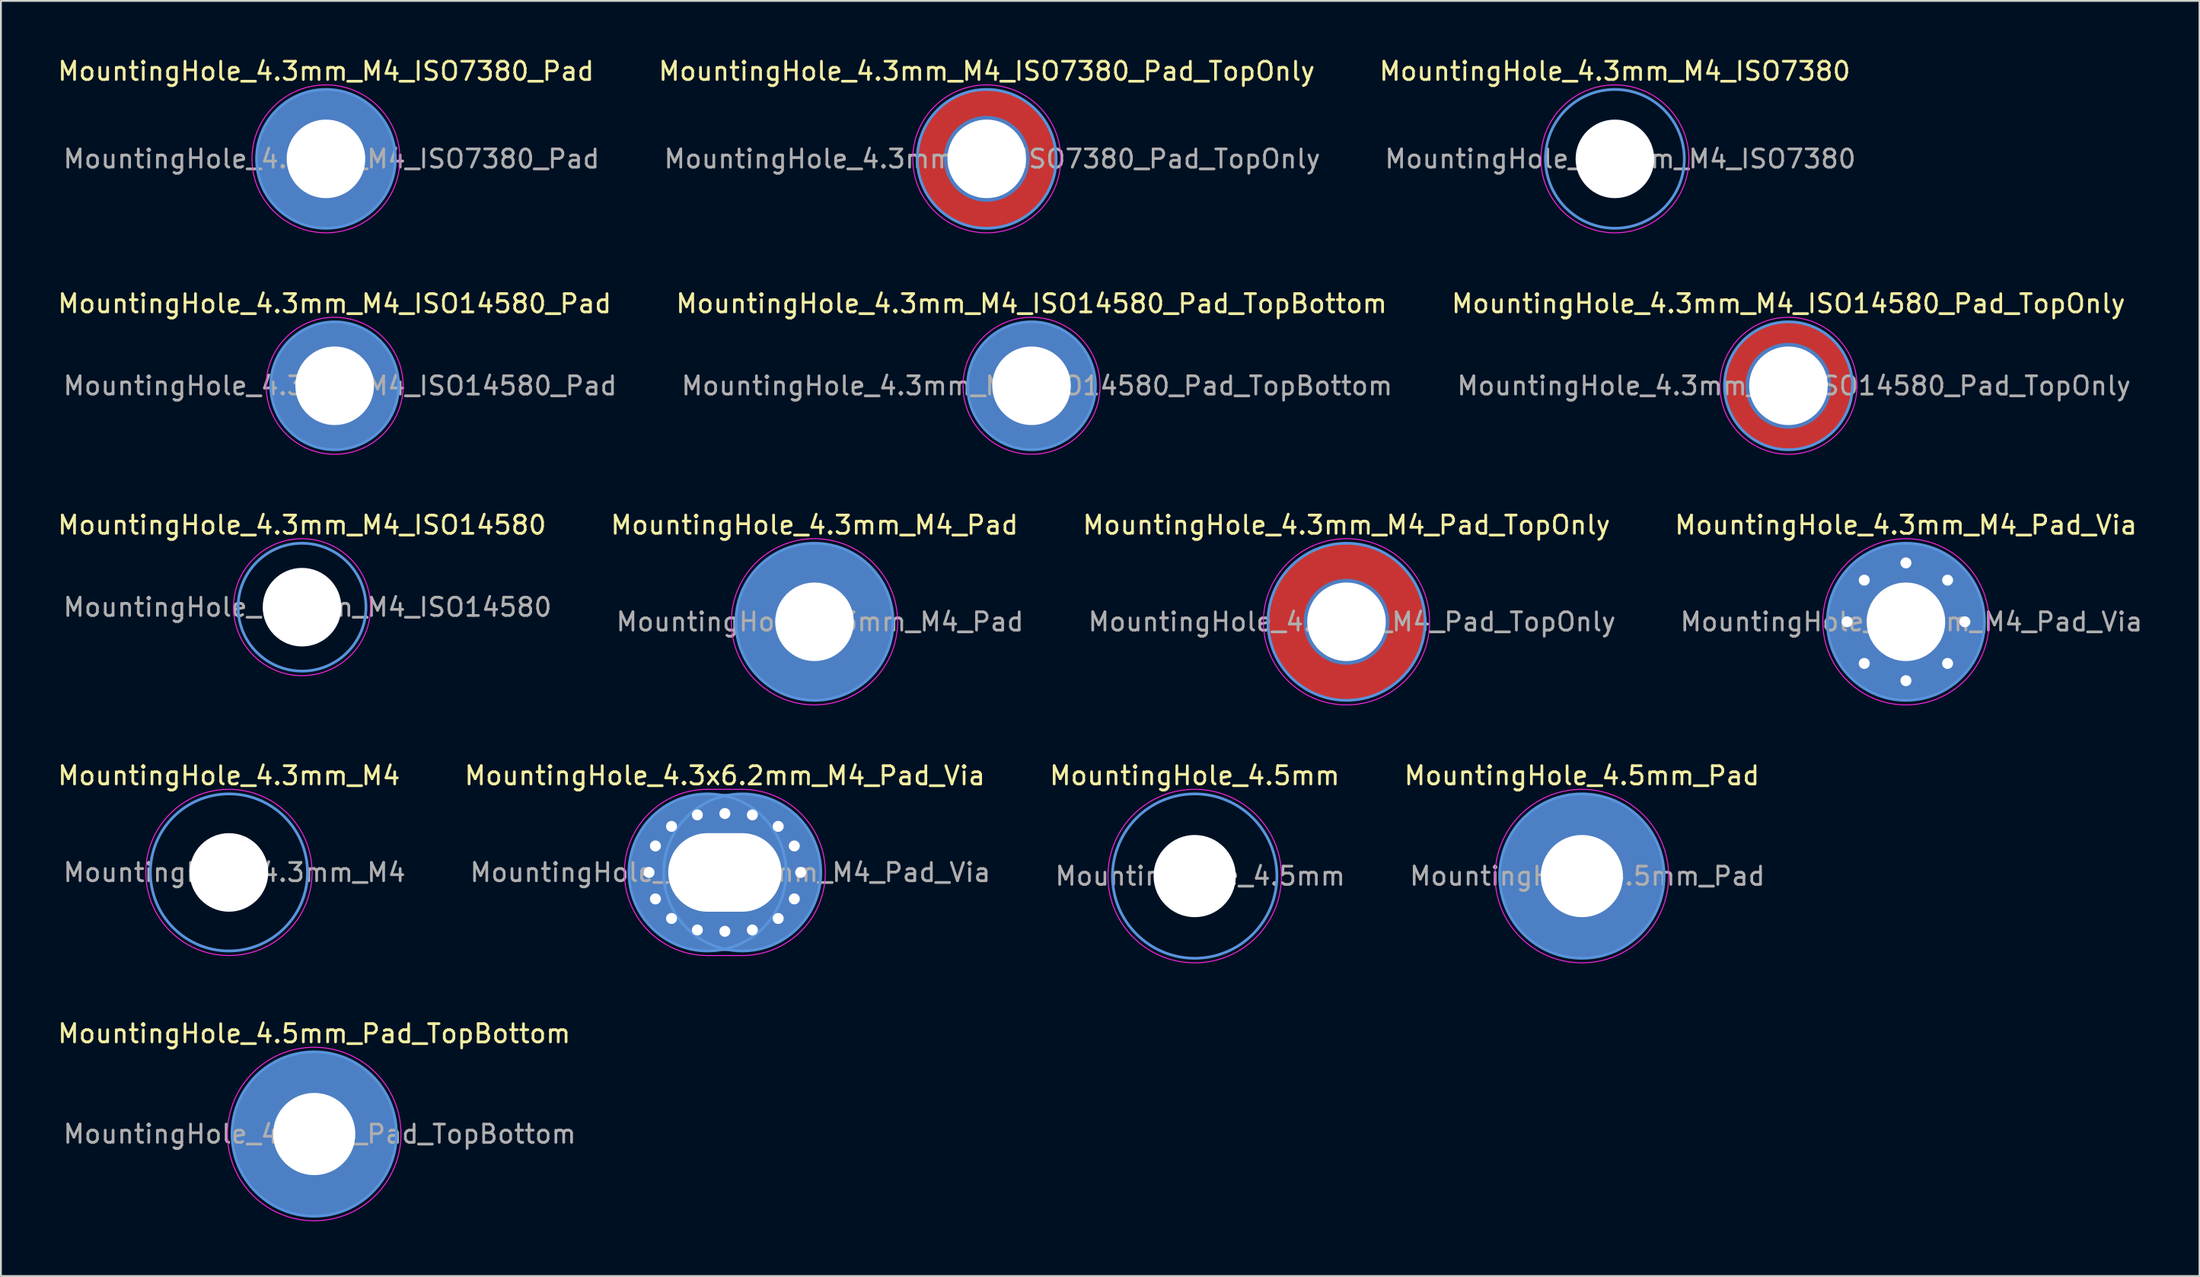
<source format=kicad_pcb>
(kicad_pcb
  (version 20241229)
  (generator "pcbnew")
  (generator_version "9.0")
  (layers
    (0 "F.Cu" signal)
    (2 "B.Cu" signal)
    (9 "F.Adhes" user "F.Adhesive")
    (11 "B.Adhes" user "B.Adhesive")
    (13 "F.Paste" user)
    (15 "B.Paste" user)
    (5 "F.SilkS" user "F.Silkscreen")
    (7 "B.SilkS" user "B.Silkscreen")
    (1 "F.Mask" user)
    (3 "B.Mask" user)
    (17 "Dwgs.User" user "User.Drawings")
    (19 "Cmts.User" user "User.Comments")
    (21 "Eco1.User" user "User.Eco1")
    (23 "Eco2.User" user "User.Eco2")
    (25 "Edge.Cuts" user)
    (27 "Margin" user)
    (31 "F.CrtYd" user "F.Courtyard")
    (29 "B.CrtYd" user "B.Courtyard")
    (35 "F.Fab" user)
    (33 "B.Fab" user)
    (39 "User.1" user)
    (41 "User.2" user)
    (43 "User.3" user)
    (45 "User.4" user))
  (footprint "MountingHole_4.3mm_M4_Pad_Via"
    (layer "F.Cu")
    (at 101.275 30.995)
    (property "Reference" "MountingHole_4.3mm_M4_Pad_Via" (at 0 -5.3 0) (layer "F.SilkS") (effects (font (size 1 1) (thickness 0.15))))
    (attr exclude_from_pos_files exclude_from_bom)
    (fp_circle (center 0 0) (end 4.3 0) (stroke (width 0.15) (type solid)) (fill no) (layer "Cmts.User"))
    (fp_circle (center 0 0) (end 4.55 0) (stroke (width 0.05) (type solid)) (fill no) (layer "F.CrtYd"))
    (fp_text user "${REFERENCE}" (at 0.3 0 0) (layer "F.Fab") (effects (font (size 1 1) (thickness 0.15))))
    (pad "1" thru_hole circle (at -3.225 0) (size 0.9 0.9) (drill 0.6) (layers "*.Cu" "*.Mask"))
    (pad "1" thru_hole circle (at -2.28 -2.28) (size 0.9 0.9) (drill 0.6) (layers "*.Cu" "*.Mask"))
    (pad "1" thru_hole circle (at -2.28 2.28) (size 0.9 0.9) (drill 0.6) (layers "*.Cu" "*.Mask"))
    (pad "1" thru_hole circle (at 0 -3.225) (size 0.9 0.9) (drill 0.6) (layers "*.Cu" "*.Mask"))
    (pad "1" thru_hole circle (at 0 0) (size 8.6 8.6) (drill 4.3) (layers "*.Cu" "*.Mask"))
    (pad "1" thru_hole circle (at 0 3.225) (size 0.9 0.9) (drill 0.6) (layers "*.Cu" "*.Mask"))
    (pad "1" thru_hole circle (at 2.28 -2.28) (size 0.9 0.9) (drill 0.6) (layers "*.Cu" "*.Mask"))
    (pad "1" thru_hole circle (at 2.28 2.28) (size 0.9 0.9) (drill 0.6) (layers "*.Cu" "*.Mask"))
    (pad "1" thru_hole circle (at 3.225 0) (size 0.9 0.9) (drill 0.6) (layers "*.Cu" "*.Mask")))
  (footprint "MountingHole_4.3mm_M4"
    (layer "F.Cu")
    (at 9.482 44.718)
    (property "Reference" "MountingHole_4.3mm_M4" (at 0 -5.3 0) (layer "F.SilkS") (effects (font (size 1 1) (thickness 0.15))))
    (attr exclude_from_pos_files exclude_from_bom)
    (fp_circle (center 0 0) (end 4.3 0) (stroke (width 0.15) (type solid)) (fill no) (layer "Cmts.User"))
    (fp_circle (center 0 0) (end 4.55 0) (stroke (width 0.05) (type solid)) (fill no) (layer "F.CrtYd"))
    (fp_text user "${REFERENCE}" (at 0.3 0 0) (layer "F.Fab") (effects (font (size 1 1) (thickness 0.15))))
    (pad "" np_thru_hole circle (at 0 0) (size 4.3 4.3) (drill 4.3) (layers "*.Cu" "*.Mask")))
  (footprint "MountingHole_4.3mm_M4_ISO14580_Pad_TopOnly"
    (layer "F.Cu")
    (at 94.844 18.072)
    (property "Reference" "MountingHole_4.3mm_M4_ISO14580_Pad_TopOnly" (at 0 -4.5 0) (layer "F.SilkS") (effects (font (size 1 1) (thickness 0.15))))
    (attr exclude_from_pos_files exclude_from_bom)
    (fp_circle (center 0 0) (end 3.5 0) (stroke (width 0.15) (type solid)) (fill no) (layer "Cmts.User"))
    (fp_circle (center 0 0) (end 3.75 0) (stroke (width 0.05) (type solid)) (fill no) (layer "F.CrtYd"))
    (fp_text user "${REFERENCE}" (at 0.3 0 0) (layer "F.Fab") (effects (font (size 1 1) (thickness 0.15))))
    (pad "1" thru_hole circle (at 0 0) (size 4.7 4.7) (drill 4.3) (layers "*.Cu" "*.Mask"))
    (pad "1" connect circle (at 0 0) (size 7 7) (layers "F.Cu" "F.Mask")))
  (footprint "MountingHole_4.3mm_M4_ISO14580"
    (layer "F.Cu")
    (at 13.482 30.195)
    (property "Reference" "MountingHole_4.3mm_M4_ISO14580" (at 0 -4.5 0) (layer "F.SilkS") (effects (font (size 1 1) (thickness 0.15))))
    (attr exclude_from_pos_files exclude_from_bom)
    (fp_circle (center 0 0) (end 3.5 0) (stroke (width 0.15) (type solid)) (fill no) (layer "Cmts.User"))
    (fp_circle (center 0 0) (end 3.75 0) (stroke (width 0.05) (type solid)) (fill no) (layer "F.CrtYd"))
    (fp_text user "${REFERENCE}" (at 0.3 0 0) (layer "F.Fab") (effects (font (size 1 1) (thickness 0.15))))
    (pad "" np_thru_hole circle (at 0 0) (size 4.3 4.3) (drill 4.3) (layers "*.Cu" "*.Mask")))
  (footprint "MountingHole_4.3mm_M4_ISO7380_Pad"
    (layer "F.Cu")
    (at 14.792 5.648)
    (property "Reference" "MountingHole_4.3mm_M4_ISO7380_Pad" (at 0 -4.8 0) (layer "F.SilkS") (effects (font (size 1 1) (thickness 0.15))))
    (attr exclude_from_pos_files exclude_from_bom)
    (fp_circle (center 0 0) (end 3.8 0) (stroke (width 0.15) (type solid)) (fill no) (layer "Cmts.User"))
    (fp_circle (center 0 0) (end 4.05 0) (stroke (width 0.05) (type solid)) (fill no) (layer "F.CrtYd"))
    (fp_text user "${REFERENCE}" (at 0.3 0 0) (layer "F.Fab") (effects (font (size 1 1) (thickness 0.15))))
    (pad "1" thru_hole circle (at 0 0) (size 7.6 7.6) (drill 4.3) (layers "*.Cu" "*.Mask")))
  (footprint "MountingHole_4.5mm_Pad"
    (layer "F.Cu")
    (at 83.537 44.918)
    (property "Reference" "MountingHole_4.5mm_Pad" (at 0 -5.5 0) (layer "F.SilkS") (effects (font (size 1 1) (thickness 0.15))))
    (attr exclude_from_pos_files exclude_from_bom)
    (fp_circle (center 0 0) (end 4.5 0) (stroke (width 0.15) (type solid)) (fill no) (layer "Cmts.User"))
    (fp_circle (center 0 0) (end 4.75 0) (stroke (width 0.05) (type solid)) (fill no) (layer "F.CrtYd"))
    (fp_text user "${REFERENCE}" (at 0.3 0 0) (layer "F.Fab") (effects (font (size 1 1) (thickness 0.15))))
    (pad "1" thru_hole circle (at 0 0) (size 9 9) (drill 4.5) (layers "*.Cu" "*.Mask")))
  (footprint "MountingHole_4.3x6.2mm_M4_Pad_Via"
    (layer "F.Cu")
    (at 36.627 44.718)
    (property "Reference" "MountingHole_4.3x6.2mm_M4_Pad_Via" (at 0 -5.3 0) (layer "F.SilkS") (effects (font (size 1 1) (thickness 0.15))))
    (attr exclude_from_pos_files exclude_from_bom)
    (fp_circle (center -0.95 0) (end 3.35 0) (stroke (width 0.15) (type solid)) (fill no) (layer "Cmts.User"))
    (fp_circle (center 0.95 0) (end 5.25 0) (stroke (width 0.15) (type solid)) (fill no) (layer "Cmts.User"))
    (fp_line (start -0.95 -4.55) (end 0.95 -4.55) (stroke (width 0.05) (type solid)) (layer "F.CrtYd"))
    (fp_line (start 0.95 4.55) (end -0.95 4.55) (stroke (width 0.05) (type solid)) (layer "F.CrtYd"))
    (fp_arc (start -0.95 4.55) (mid -5.5 0) (end -0.95 -4.55) (stroke (width 0.05) (type solid)) (layer "F.CrtYd"))
    (fp_arc (start 0.95 -4.55) (mid 5.5 0) (end 0.95 4.55) (stroke (width 0.05) (type solid)) (layer "F.CrtYd"))
    (fp_text user "${REFERENCE}" (at 0.3 0 0) (layer "F.Fab") (effects (font (size 1 1) (thickness 0.15))))
    (pad "1" thru_hole circle (at -4.15 0) (size 0.9 0.9) (drill 0.6) (layers "*.Cu" "*.Mask"))
    (pad "1" thru_hole circle (at -3.801 -1.45) (size 0.9 0.9) (drill 0.6) (layers "*.Cu" "*.Mask"))
    (pad "1" thru_hole circle (at -3.801 1.45) (size 0.9 0.9) (drill 0.6) (layers "*.Cu" "*.Mask"))
    (pad "1" thru_hole circle (at -2.92 -2.521) (size 0.9 0.9) (drill 0.6) (layers "*.Cu" "*.Mask"))
    (pad "1" thru_hole circle (at -2.92 2.521) (size 0.9 0.9) (drill 0.6) (layers "*.Cu" "*.Mask"))
    (pad "1" thru_hole circle (at -1.505 -3.151) (size 0.9 0.9) (drill 0.6) (layers "*.Cu" "*.Mask"))
    (pad "1" thru_hole circle (at -1.505 3.151) (size 0.9 0.9) (drill 0.6) (layers "*.Cu" "*.Mask"))
    (pad "1" thru_hole circle (at 0 -3.225) (size 0.9 0.9) (drill 0.6) (layers "*.Cu" "*.Mask"))
    (pad "1" thru_hole oval (at 0 0) (size 10.4 8.6) (drill oval 6.2 4.3) (layers "*.Cu" "*.Mask"))
    (pad "1" thru_hole circle (at 0 3.225) (size 0.9 0.9) (drill 0.6) (layers "*.Cu" "*.Mask"))
    (pad "1" thru_hole circle (at 1.505 -3.151) (size 0.9 0.9) (drill 0.6) (layers "*.Cu" "*.Mask"))
    (pad "1" thru_hole circle (at 1.505 3.151) (size 0.9 0.9) (drill 0.6) (layers "*.Cu" "*.Mask"))
    (pad "1" thru_hole circle (at 2.92 -2.521) (size 0.9 0.9) (drill 0.6) (layers "*.Cu" "*.Mask"))
    (pad "1" thru_hole circle (at 2.92 2.521) (size 0.9 0.9) (drill 0.6) (layers "*.Cu" "*.Mask"))
    (pad "1" thru_hole circle (at 3.801 -1.45) (size 0.9 0.9) (drill 0.6) (layers "*.Cu" "*.Mask"))
    (pad "1" thru_hole circle (at 3.801 1.45) (size 0.9 0.9) (drill 0.6) (layers "*.Cu" "*.Mask"))
    (pad "1" thru_hole circle (at 4.15 0) (size 0.9 0.9) (drill 0.6) (layers "*.Cu" "*.Mask")))
  (footprint "MountingHole_4.3mm_M4_Pad_TopOnly"
    (layer "F.Cu")
    (at 70.654 30.995)
    (property "Reference" "MountingHole_4.3mm_M4_Pad_TopOnly" (at 0 -5.3 0) (layer "F.SilkS") (effects (font (size 1 1) (thickness 0.15))))
    (attr exclude_from_pos_files exclude_from_bom)
    (fp_circle (center 0 0) (end 4.3 0) (stroke (width 0.15) (type solid)) (fill no) (layer "Cmts.User"))
    (fp_circle (center 0 0) (end 4.55 0) (stroke (width 0.05) (type solid)) (fill no) (layer "F.CrtYd"))
    (fp_text user "${REFERENCE}" (at 0.3 0 0) (layer "F.Fab") (effects (font (size 1 1) (thickness 0.15))))
    (pad "1" thru_hole circle (at 0 0) (size 4.7 4.7) (drill 4.3) (layers "*.Cu" "*.Mask"))
    (pad "1" connect circle (at 0 0) (size 8.6 8.6) (layers "F.Cu" "F.Mask")))
  (footprint "MountingHole_4.3mm_M4_ISO7380"
    (layer "F.Cu")
    (at 85.344 5.648)
    (property "Reference" "MountingHole_4.3mm_M4_ISO7380" (at 0 -4.8 0) (layer "F.SilkS") (effects (font (size 1 1) (thickness 0.15))))
    (attr exclude_from_pos_files exclude_from_bom)
    (fp_circle (center 0 0) (end 3.8 0) (stroke (width 0.15) (type solid)) (fill no) (layer "Cmts.User"))
    (fp_circle (center 0 0) (end 4.05 0) (stroke (width 0.05) (type solid)) (fill no) (layer "F.CrtYd"))
    (fp_text user "${REFERENCE}" (at 0.3 0 0) (layer "F.Fab") (effects (font (size 1 1) (thickness 0.15))))
    (pad "" np_thru_hole circle (at 0 0) (size 4.3 4.3) (drill 4.3) (layers "*.Cu" "*.Mask")))
  (footprint "MountingHole_4.3mm_M4_ISO14580_Pad"
    (layer "F.Cu")
    (at 15.268 18.072)
    (property "Reference" "MountingHole_4.3mm_M4_ISO14580_Pad" (at 0 -4.5 0) (layer "F.SilkS") (effects (font (size 1 1) (thickness 0.15))))
    (attr exclude_from_pos_files exclude_from_bom)
    (fp_circle (center 0 0) (end 3.5 0) (stroke (width 0.15) (type solid)) (fill no) (layer "Cmts.User"))
    (fp_circle (center 0 0) (end 3.75 0) (stroke (width 0.05) (type solid)) (fill no) (layer "F.CrtYd"))
    (fp_text user "${REFERENCE}" (at 0.3 0 0) (layer "F.Fab") (effects (font (size 1 1) (thickness 0.15))))
    (pad "1" thru_hole circle (at 0 0) (size 7 7) (drill 4.3) (layers "*.Cu" "*.Mask")))
  (footprint "MountingHole_4.5mm_Pad_TopBottom"
    (layer "F.Cu")
    (at 14.149 59.041)
    (property "Reference" "MountingHole_4.5mm_Pad_TopBottom" (at 0 -5.5 0) (layer "F.SilkS") (effects (font (size 1 1) (thickness 0.15))))
    (attr exclude_from_pos_files exclude_from_bom)
    (fp_circle (center 0 0) (end 4.5 0) (stroke (width 0.15) (type solid)) (fill no) (layer "Cmts.User"))
    (fp_circle (center 0 0) (end 4.75 0) (stroke (width 0.05) (type solid)) (fill no) (layer "F.CrtYd"))
    (fp_text user "${REFERENCE}" (at 0.3 0 0) (layer "F.Fab") (effects (font (size 1 1) (thickness 0.15))))
    (pad "1" thru_hole circle (at 0 0) (size 4.9 4.9) (drill 4.5) (layers "*.Cu" "*.Mask"))
    (pad "1" connect circle (at 0 0) (size 9 9) (layers "F.Cu" "F.Mask"))
    (pad "1" connect circle (at 0 0) (size 9 9) (layers "B.Cu" "B.Mask")))
  (footprint "MountingHole_4.3mm_M4_ISO14580_Pad_TopBottom"
    (layer "F.Cu")
    (at 53.413 18.072)
    (property "Reference" "MountingHole_4.3mm_M4_ISO14580_Pad_TopBottom" (at 0 -4.5 0) (layer "F.SilkS") (effects (font (size 1 1) (thickness 0.15))))
    (attr exclude_from_pos_files exclude_from_bom)
    (fp_circle (center 0 0) (end 3.5 0) (stroke (width 0.15) (type solid)) (fill no) (layer "Cmts.User"))
    (fp_circle (center 0 0) (end 3.75 0) (stroke (width 0.05) (type solid)) (fill no) (layer "F.CrtYd"))
    (fp_text user "${REFERENCE}" (at 0.3 0 0) (layer "F.Fab") (effects (font (size 1 1) (thickness 0.15))))
    (pad "1" thru_hole circle (at 0 0) (size 4.7 4.7) (drill 4.3) (layers "*.Cu" "*.Mask"))
    (pad "1" connect circle (at 0 0) (size 7 7) (layers "F.Cu" "F.Mask"))
    (pad "1" connect circle (at 0 0) (size 7 7) (layers "B.Cu" "B.Mask")))
  (footprint "MountingHole_4.3mm_M4_Pad"
    (layer "F.Cu")
    (at 41.532 30.995)
    (property "Reference" "MountingHole_4.3mm_M4_Pad" (at 0 -5.3 0) (layer "F.SilkS") (effects (font (size 1 1) (thickness 0.15))))
    (attr exclude_from_pos_files exclude_from_bom)
    (fp_circle (center 0 0) (end 4.3 0) (stroke (width 0.15) (type solid)) (fill no) (layer "Cmts.User"))
    (fp_circle (center 0 0) (end 4.55 0) (stroke (width 0.05) (type solid)) (fill no) (layer "F.CrtYd"))
    (fp_text user "${REFERENCE}" (at 0.3 0 0) (layer "F.Fab") (effects (font (size 1 1) (thickness 0.15))))
    (pad "1" thru_hole circle (at 0 0) (size 8.6 8.6) (drill 4.3) (layers "*.Cu" "*.Mask")))
  (footprint "MountingHole_4.3mm_M4_ISO7380_Pad_TopOnly"
    (layer "F.Cu")
    (at 50.961 5.648)
    (property "Reference" "MountingHole_4.3mm_M4_ISO7380_Pad_TopOnly" (at 0 -4.8 0) (layer "F.SilkS") (effects (font (size 1 1) (thickness 0.15))))
    (attr exclude_from_pos_files exclude_from_bom)
    (fp_circle (center 0 0) (end 3.8 0) (stroke (width 0.15) (type solid)) (fill no) (layer "Cmts.User"))
    (fp_circle (center 0 0) (end 4.05 0) (stroke (width 0.05) (type solid)) (fill no) (layer "F.CrtYd"))
    (fp_text user "${REFERENCE}" (at 0.3 0 0) (layer "F.Fab") (effects (font (size 1 1) (thickness 0.15))))
    (pad "1" thru_hole circle (at 0 0) (size 4.7 4.7) (drill 4.3) (layers "*.Cu" "*.Mask"))
    (pad "1" connect circle (at 0 0) (size 7.6 7.6) (layers "F.Cu" "F.Mask")))
  (footprint "MountingHole_4.5mm"
    (layer "F.Cu")
    (at 62.344 44.918)
    (property "Reference" "MountingHole_4.5mm" (at 0 -5.5 0) (layer "F.SilkS") (effects (font (size 1 1) (thickness 0.15))))
    (attr exclude_from_pos_files exclude_from_bom)
    (fp_circle (center 0 0) (end 4.5 0) (stroke (width 0.15) (type solid)) (fill no) (layer "Cmts.User"))
    (fp_circle (center 0 0) (end 4.75 0) (stroke (width 0.05) (type solid)) (fill no) (layer "F.CrtYd"))
    (fp_text user "${REFERENCE}" (at 0.3 0 0) (layer "F.Fab") (effects (font (size 1 1) (thickness 0.15))))
    (pad "" np_thru_hole circle (at 0 0) (size 4.5 4.5) (drill 4.5) (layers "*.Cu" "*.Mask")))
  (gr_rect
    (start -3 -3)
    (end 117.343 66.816)
    (stroke (width 0.1) (type default))
    (fill no)
    (layer "Edge.Cuts")))
</source>
